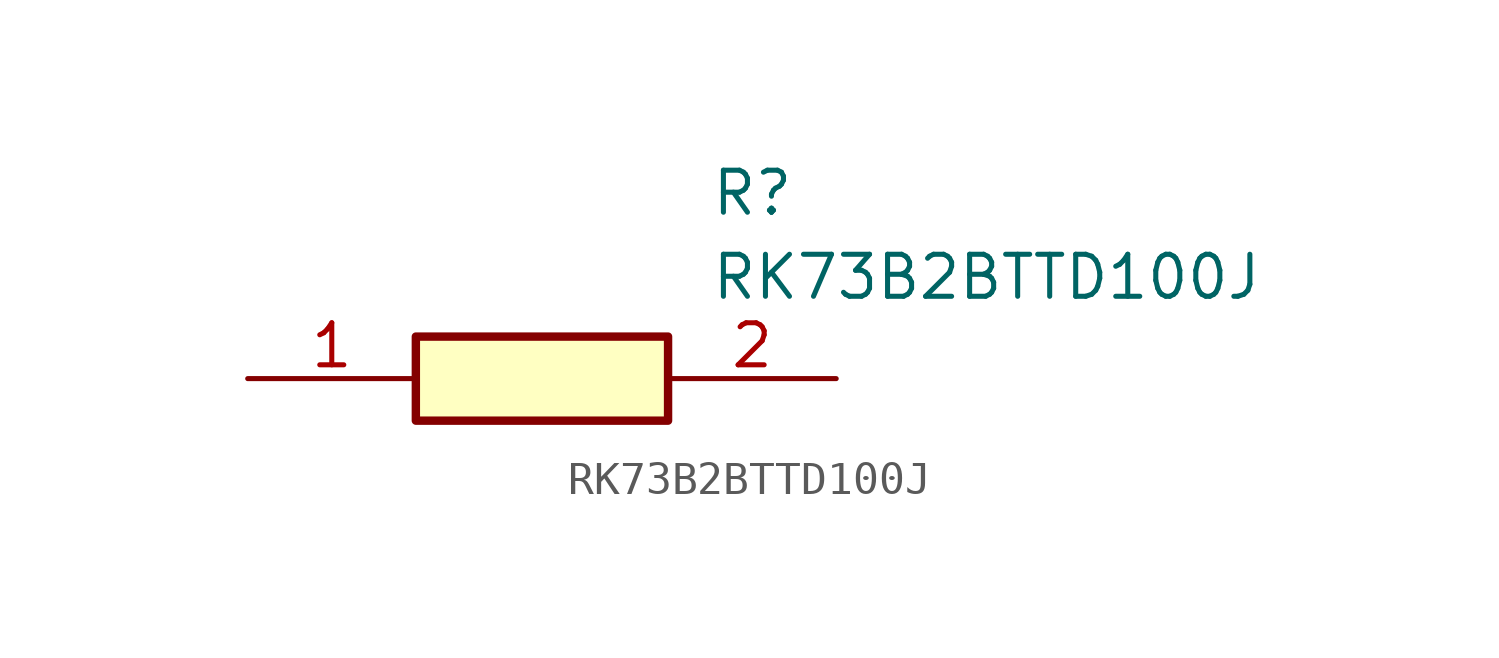
<source format=kicad_sym>
(kicad_symbol_lib
  (version 20211014)
  (generator SamacSys_ECAD_Model)
  (symbol "RK73B2BTTD100J"
    (pin_names hide)
    (property "Reference" "R"
      (at 13.97 6.35 0)
      (effects (font (size 1.27 1.27)) (justify left top)))
    (property "Value" "RK73B2BTTD100J"
      (at 13.97 3.81 0)
      (effects (font (size 1.27 1.27)) (justify left top)))
    (rectangle
      (start 5.08 1.27)
      (end 12.7 -1.27)
      (stroke (width 0.254) (type default))
      (fill (type background)))
    (pin passive line
      (at 0 0 0)
      (length 5.08)
      (name "1" (effects (font (size 1.27 1.27))))
      (number "1" (effects (font (size 1.27 1.27)))))
    (pin passive line
      (at 17.78 0 180)
      (length 5.08)
      (name "2" (effects (font (size 1.27 1.27))))
      (number "2" (effects (font (size 1.27 1.27)))))))
</source>
